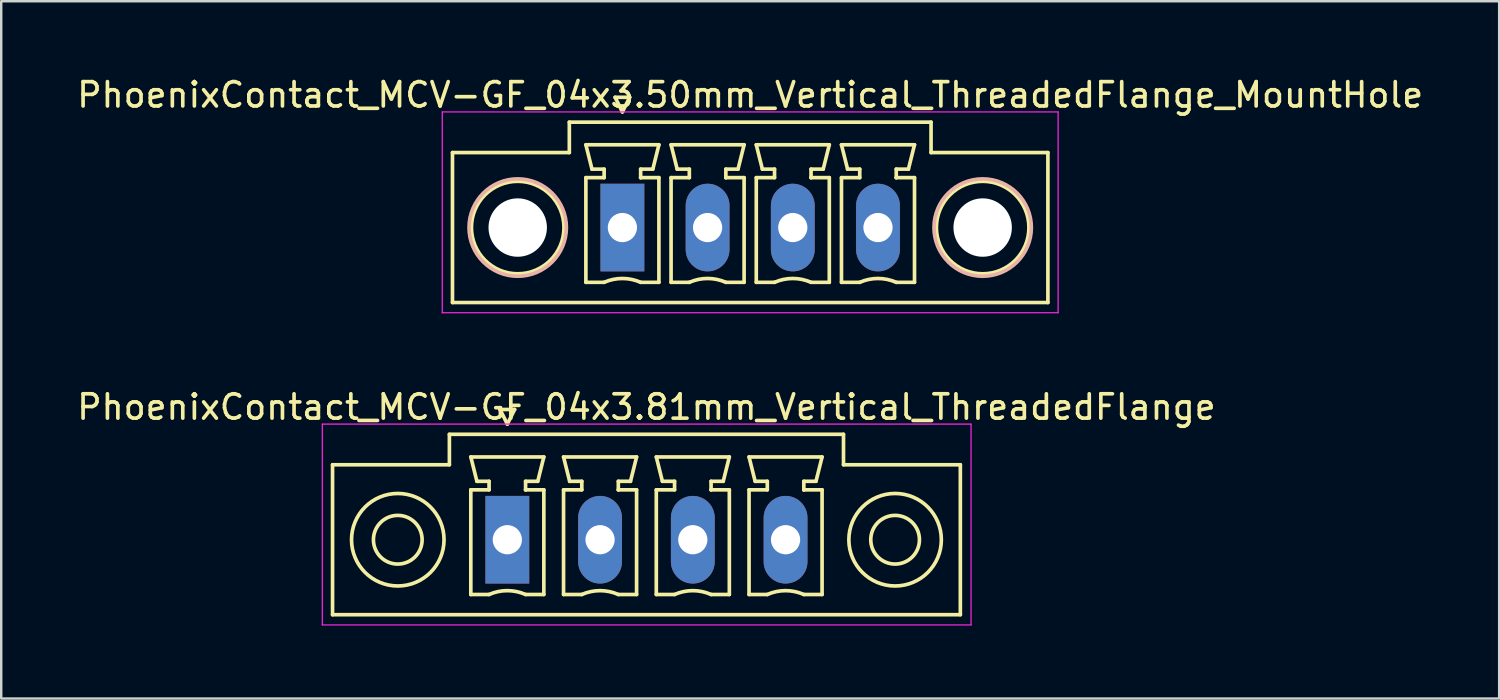
<source format=kicad_pcb>
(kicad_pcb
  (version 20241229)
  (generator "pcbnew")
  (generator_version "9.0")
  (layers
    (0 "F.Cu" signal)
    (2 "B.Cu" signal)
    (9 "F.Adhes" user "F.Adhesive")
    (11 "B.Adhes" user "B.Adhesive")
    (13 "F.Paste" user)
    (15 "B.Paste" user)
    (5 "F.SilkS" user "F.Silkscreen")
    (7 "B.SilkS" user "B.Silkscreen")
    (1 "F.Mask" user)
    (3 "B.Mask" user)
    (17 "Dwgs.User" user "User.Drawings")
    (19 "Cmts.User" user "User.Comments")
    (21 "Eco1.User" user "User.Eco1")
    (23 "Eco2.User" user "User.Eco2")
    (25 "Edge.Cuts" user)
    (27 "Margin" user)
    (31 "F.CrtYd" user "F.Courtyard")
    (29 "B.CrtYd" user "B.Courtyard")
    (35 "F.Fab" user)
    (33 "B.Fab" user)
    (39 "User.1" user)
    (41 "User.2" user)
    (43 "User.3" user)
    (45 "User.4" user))
  (footprint "PhoenixContact_MCV-GF_04x3.50mm_Vertical_ThreadedFlange_MountHole"
    (layer "F.Cu")
    (at 22.518 6.298)
    (property "Reference" "PhoenixContact_MCV-GF_04x3.50mm_Vertical_ThreadedFlange_MountHole" (at 5.25 -5.45 0) (layer "F.SilkS") (effects (font (size 1 1) (thickness 0.15))))
    (attr through_hole)
    (fp_line (start -6.98 -3.08) (end -6.98 3.08) (stroke (width 0.15) (type solid)) (layer "F.SilkS"))
    (fp_line (start -6.98 3.08) (end 17.48 3.08) (stroke (width 0.15) (type solid)) (layer "F.SilkS"))
    (fp_line (start -2.18 -4.33) (end -2.18 -3.08) (stroke (width 0.15) (type solid)) (layer "F.SilkS"))
    (fp_line (start -2.18 -3.08) (end -6.98 -3.08) (stroke (width 0.15) (type solid)) (layer "F.SilkS"))
    (fp_line (start -1.5 -3.4) (end 1.5 -3.4) (stroke (width 0.15) (type solid)) (layer "F.SilkS"))
    (fp_line (start -1.5 -2.05) (end -0.75 -2.05) (stroke (width 0.15) (type solid)) (layer "F.SilkS"))
    (fp_line (start -1.5 2.25) (end -1.5 -2.05) (stroke (width 0.15) (type solid)) (layer "F.SilkS"))
    (fp_line (start -1.25 -2.4) (end -1.5 -3.4) (stroke (width 0.15) (type solid)) (layer "F.SilkS"))
    (fp_line (start -0.75 -2.4) (end -1.25 -2.4) (stroke (width 0.15) (type solid)) (layer "F.SilkS"))
    (fp_line (start -0.75 -2.05) (end -0.75 -2.4) (stroke (width 0.15) (type solid)) (layer "F.SilkS"))
    (fp_line (start -0.75 2.25) (end -1.5 2.25) (stroke (width 0.15) (type solid)) (layer "F.SilkS"))
    (fp_line (start -0.3 -5.35) (end 0 -4.75) (stroke (width 0.15) (type solid)) (layer "F.SilkS"))
    (fp_line (start 0 -4.75) (end 0.3 -5.35) (stroke (width 0.15) (type solid)) (layer "F.SilkS"))
    (fp_line (start 0.3 -5.35) (end -0.3 -5.35) (stroke (width 0.15) (type solid)) (layer "F.SilkS"))
    (fp_line (start 0.75 -2.4) (end 0.75 -2.05) (stroke (width 0.15) (type solid)) (layer "F.SilkS"))
    (fp_line (start 0.75 -2.05) (end 0.75 -2.05) (stroke (width 0.15) (type solid)) (layer "F.SilkS"))
    (fp_line (start 0.75 -2.05) (end 1.5 -2.05) (stroke (width 0.15) (type solid)) (layer "F.SilkS"))
    (fp_line (start 1.25 -2.4) (end 0.75 -2.4) (stroke (width 0.15) (type solid)) (layer "F.SilkS"))
    (fp_line (start 1.5 -3.4) (end 1.25 -2.4) (stroke (width 0.15) (type solid)) (layer "F.SilkS"))
    (fp_line (start 1.5 -2.05) (end 1.5 2.25) (stroke (width 0.15) (type solid)) (layer "F.SilkS"))
    (fp_line (start 1.5 2.25) (end 0.75 2.25) (stroke (width 0.15) (type solid)) (layer "F.SilkS"))
    (fp_line (start 2 -3.4) (end 5 -3.4) (stroke (width 0.15) (type solid)) (layer "F.SilkS"))
    (fp_line (start 2 -2.05) (end 2.75 -2.05) (stroke (width 0.15) (type solid)) (layer "F.SilkS"))
    (fp_line (start 2 2.25) (end 2 -2.05) (stroke (width 0.15) (type solid)) (layer "F.SilkS"))
    (fp_line (start 2.25 -2.4) (end 2 -3.4) (stroke (width 0.15) (type solid)) (layer "F.SilkS"))
    (fp_line (start 2.75 -2.4) (end 2.25 -2.4) (stroke (width 0.15) (type solid)) (layer "F.SilkS"))
    (fp_line (start 2.75 -2.05) (end 2.75 -2.4) (stroke (width 0.15) (type solid)) (layer "F.SilkS"))
    (fp_line (start 2.75 2.25) (end 2 2.25) (stroke (width 0.15) (type solid)) (layer "F.SilkS"))
    (fp_line (start 4.25 -2.4) (end 4.25 -2.05) (stroke (width 0.15) (type solid)) (layer "F.SilkS"))
    (fp_line (start 4.25 -2.05) (end 4.25 -2.05) (stroke (width 0.15) (type solid)) (layer "F.SilkS"))
    (fp_line (start 4.25 -2.05) (end 5 -2.05) (stroke (width 0.15) (type solid)) (layer "F.SilkS"))
    (fp_line (start 4.75 -2.4) (end 4.25 -2.4) (stroke (width 0.15) (type solid)) (layer "F.SilkS"))
    (fp_line (start 5 -3.4) (end 4.75 -2.4) (stroke (width 0.15) (type solid)) (layer "F.SilkS"))
    (fp_line (start 5 -2.05) (end 5 2.25) (stroke (width 0.15) (type solid)) (layer "F.SilkS"))
    (fp_line (start 5 2.25) (end 4.25 2.25) (stroke (width 0.15) (type solid)) (layer "F.SilkS"))
    (fp_line (start 5.5 -3.4) (end 8.5 -3.4) (stroke (width 0.15) (type solid)) (layer "F.SilkS"))
    (fp_line (start 5.5 -2.05) (end 6.25 -2.05) (stroke (width 0.15) (type solid)) (layer "F.SilkS"))
    (fp_line (start 5.5 2.25) (end 5.5 -2.05) (stroke (width 0.15) (type solid)) (layer "F.SilkS"))
    (fp_line (start 5.75 -2.4) (end 5.5 -3.4) (stroke (width 0.15) (type solid)) (layer "F.SilkS"))
    (fp_line (start 6.25 -2.4) (end 5.75 -2.4) (stroke (width 0.15) (type solid)) (layer "F.SilkS"))
    (fp_line (start 6.25 -2.05) (end 6.25 -2.4) (stroke (width 0.15) (type solid)) (layer "F.SilkS"))
    (fp_line (start 6.25 2.25) (end 5.5 2.25) (stroke (width 0.15) (type solid)) (layer "F.SilkS"))
    (fp_line (start 7.75 -2.4) (end 7.75 -2.05) (stroke (width 0.15) (type solid)) (layer "F.SilkS"))
    (fp_line (start 7.75 -2.05) (end 7.75 -2.05) (stroke (width 0.15) (type solid)) (layer "F.SilkS"))
    (fp_line (start 7.75 -2.05) (end 8.5 -2.05) (stroke (width 0.15) (type solid)) (layer "F.SilkS"))
    (fp_line (start 8.25 -2.4) (end 7.75 -2.4) (stroke (width 0.15) (type solid)) (layer "F.SilkS"))
    (fp_line (start 8.5 -3.4) (end 8.25 -2.4) (stroke (width 0.15) (type solid)) (layer "F.SilkS"))
    (fp_line (start 8.5 -2.05) (end 8.5 2.25) (stroke (width 0.15) (type solid)) (layer "F.SilkS"))
    (fp_line (start 8.5 2.25) (end 7.75 2.25) (stroke (width 0.15) (type solid)) (layer "F.SilkS"))
    (fp_line (start 9 -3.4) (end 12 -3.4) (stroke (width 0.15) (type solid)) (layer "F.SilkS"))
    (fp_line (start 9 -2.05) (end 9.75 -2.05) (stroke (width 0.15) (type solid)) (layer "F.SilkS"))
    (fp_line (start 9 2.25) (end 9 -2.05) (stroke (width 0.15) (type solid)) (layer "F.SilkS"))
    (fp_line (start 9.25 -2.4) (end 9 -3.4) (stroke (width 0.15) (type solid)) (layer "F.SilkS"))
    (fp_line (start 9.75 -2.4) (end 9.25 -2.4) (stroke (width 0.15) (type solid)) (layer "F.SilkS"))
    (fp_line (start 9.75 -2.05) (end 9.75 -2.4) (stroke (width 0.15) (type solid)) (layer "F.SilkS"))
    (fp_line (start 9.75 2.25) (end 9 2.25) (stroke (width 0.15) (type solid)) (layer "F.SilkS"))
    (fp_line (start 11.25 -2.4) (end 11.25 -2.05) (stroke (width 0.15) (type solid)) (layer "F.SilkS"))
    (fp_line (start 11.25 -2.05) (end 11.25 -2.05) (stroke (width 0.15) (type solid)) (layer "F.SilkS"))
    (fp_line (start 11.25 -2.05) (end 12 -2.05) (stroke (width 0.15) (type solid)) (layer "F.SilkS"))
    (fp_line (start 11.75 -2.4) (end 11.25 -2.4) (stroke (width 0.15) (type solid)) (layer "F.SilkS"))
    (fp_line (start 12 -3.4) (end 11.75 -2.4) (stroke (width 0.15) (type solid)) (layer "F.SilkS"))
    (fp_line (start 12 -2.05) (end 12 2.25) (stroke (width 0.15) (type solid)) (layer "F.SilkS"))
    (fp_line (start 12 2.25) (end 11.25 2.25) (stroke (width 0.15) (type solid)) (layer "F.SilkS"))
    (fp_line (start 12.68 -4.33) (end -2.18 -4.33) (stroke (width 0.15) (type solid)) (layer "F.SilkS"))
    (fp_line (start 12.68 -3.08) (end 12.68 -4.33) (stroke (width 0.15) (type solid)) (layer "F.SilkS"))
    (fp_line (start 17.48 -3.08) (end 12.68 -3.08) (stroke (width 0.15) (type solid)) (layer "F.SilkS"))
    (fp_line (start 17.48 3.08) (end 17.48 -3.08) (stroke (width 0.15) (type solid)) (layer "F.SilkS"))
    (fp_arc (start -0.75 2.25) (mid -0.000193 2.09191) (end 0.749647 2.249844) (stroke (width 0.15) (type solid)) (layer "F.SilkS"))
    (fp_arc (start 2.75 2.25) (mid 3.499807 2.09191) (end 4.249647 2.249844) (stroke (width 0.15) (type solid)) (layer "F.SilkS"))
    (fp_arc (start 6.25 2.25) (mid 6.999807 2.09191) (end 7.749647 2.249844) (stroke (width 0.15) (type solid)) (layer "F.SilkS"))
    (fp_arc (start 9.75 2.25) (mid 10.499807 2.09191) (end 11.249647 2.249844) (stroke (width 0.15) (type solid)) (layer "F.SilkS"))
    (fp_circle (center -4.3 0) (end -2.4 0) (stroke (width 0.15) (type solid)) (fill no) (layer "F.SilkS"))
    (fp_circle (center 14.8 0) (end 16.7 0) (stroke (width 0.15) (type solid)) (fill no) (layer "F.SilkS"))
    (fp_circle (center -4.3 0) (end -2.3 0) (stroke (width 0.15) (type solid)) (fill no) (layer "B.SilkS"))
    (fp_circle (center 14.8 0) (end 16.8 0) (stroke (width 0.15) (type solid)) (fill no) (layer "B.SilkS"))
    (fp_line (start -7.4 -4.75) (end -7.4 3.5) (stroke (width 0.05) (type solid)) (layer "F.CrtYd"))
    (fp_line (start -7.4 3.5) (end 17.9 3.5) (stroke (width 0.05) (type solid)) (layer "F.CrtYd"))
    (fp_line (start 17.9 -4.75) (end -7.4 -4.75) (stroke (width 0.05) (type solid)) (layer "F.CrtYd"))
    (fp_line (start 17.9 3.5) (end 17.9 -4.75) (stroke (width 0.05) (type solid)) (layer "F.CrtYd"))
    (pad "" np_thru_hole circle (at -4.3 0) (size 2.4 2.4) (drill 2.4) (layers "*.Cu" "*.Mask"))
    (pad "" np_thru_hole circle (at 14.8 0) (size 2.4 2.4) (drill 2.4) (layers "*.Cu" "*.Mask"))
    (pad "1" thru_hole rect (at 0 0) (size 1.8 3.6) (drill 1.2) (layers "*.Cu" "*.Mask"))
    (pad "2" thru_hole oval (at 3.5 0) (size 1.8 3.6) (drill 1.2) (layers "*.Cu" "*.Mask"))
    (pad "3" thru_hole oval (at 7 0) (size 1.8 3.6) (drill 1.2) (layers "*.Cu" "*.Mask"))
    (pad "4" thru_hole oval (at 10.5 0) (size 1.8 3.6) (drill 1.2) (layers "*.Cu" "*.Mask")))
  (footprint "PhoenixContact_MCV-GF_04x3.81mm_Vertical_ThreadedFlange"
    (layer "F.Cu")
    (at 17.791 19.122)
    (property "Reference" "PhoenixContact_MCV-GF_04x3.81mm_Vertical_ThreadedFlange" (at 5.715 -5.45 0) (layer "F.SilkS") (effects (font (size 1 1) (thickness 0.15))))
    (attr through_hole)
    (fp_line (start -7.18 -3.08) (end -7.18 3.08) (stroke (width 0.15) (type solid)) (layer "F.SilkS"))
    (fp_line (start -7.18 3.08) (end 18.61 3.08) (stroke (width 0.15) (type solid)) (layer "F.SilkS"))
    (fp_line (start -2.38 -4.33) (end -2.38 -3.08) (stroke (width 0.15) (type solid)) (layer "F.SilkS"))
    (fp_line (start -2.38 -3.08) (end -7.18 -3.08) (stroke (width 0.15) (type solid)) (layer "F.SilkS"))
    (fp_line (start -1.5 -3.4) (end 1.5 -3.4) (stroke (width 0.15) (type solid)) (layer "F.SilkS"))
    (fp_line (start -1.5 -2.05) (end -0.75 -2.05) (stroke (width 0.15) (type solid)) (layer "F.SilkS"))
    (fp_line (start -1.5 2.25) (end -1.5 -2.05) (stroke (width 0.15) (type solid)) (layer "F.SilkS"))
    (fp_line (start -1.25 -2.4) (end -1.5 -3.4) (stroke (width 0.15) (type solid)) (layer "F.SilkS"))
    (fp_line (start -0.75 -2.4) (end -1.25 -2.4) (stroke (width 0.15) (type solid)) (layer "F.SilkS"))
    (fp_line (start -0.75 -2.05) (end -0.75 -2.4) (stroke (width 0.15) (type solid)) (layer "F.SilkS"))
    (fp_line (start -0.75 2.25) (end -1.5 2.25) (stroke (width 0.15) (type solid)) (layer "F.SilkS"))
    (fp_line (start -0.3 -5.35) (end 0 -4.75) (stroke (width 0.15) (type solid)) (layer "F.SilkS"))
    (fp_line (start 0 -4.75) (end 0.3 -5.35) (stroke (width 0.15) (type solid)) (layer "F.SilkS"))
    (fp_line (start 0.3 -5.35) (end -0.3 -5.35) (stroke (width 0.15) (type solid)) (layer "F.SilkS"))
    (fp_line (start 0.75 -2.4) (end 0.75 -2.05) (stroke (width 0.15) (type solid)) (layer "F.SilkS"))
    (fp_line (start 0.75 -2.05) (end 0.75 -2.05) (stroke (width 0.15) (type solid)) (layer "F.SilkS"))
    (fp_line (start 0.75 -2.05) (end 1.5 -2.05) (stroke (width 0.15) (type solid)) (layer "F.SilkS"))
    (fp_line (start 1.25 -2.4) (end 0.75 -2.4) (stroke (width 0.15) (type solid)) (layer "F.SilkS"))
    (fp_line (start 1.5 -3.4) (end 1.25 -2.4) (stroke (width 0.15) (type solid)) (layer "F.SilkS"))
    (fp_line (start 1.5 -2.05) (end 1.5 2.25) (stroke (width 0.15) (type solid)) (layer "F.SilkS"))
    (fp_line (start 1.5 2.25) (end 0.75 2.25) (stroke (width 0.15) (type solid)) (layer "F.SilkS"))
    (fp_line (start 2.31 -3.4) (end 5.31 -3.4) (stroke (width 0.15) (type solid)) (layer "F.SilkS"))
    (fp_line (start 2.31 -2.05) (end 3.06 -2.05) (stroke (width 0.15) (type solid)) (layer "F.SilkS"))
    (fp_line (start 2.31 2.25) (end 2.31 -2.05) (stroke (width 0.15) (type solid)) (layer "F.SilkS"))
    (fp_line (start 2.56 -2.4) (end 2.31 -3.4) (stroke (width 0.15) (type solid)) (layer "F.SilkS"))
    (fp_line (start 3.06 -2.4) (end 2.56 -2.4) (stroke (width 0.15) (type solid)) (layer "F.SilkS"))
    (fp_line (start 3.06 -2.05) (end 3.06 -2.4) (stroke (width 0.15) (type solid)) (layer "F.SilkS"))
    (fp_line (start 3.06 2.25) (end 2.31 2.25) (stroke (width 0.15) (type solid)) (layer "F.SilkS"))
    (fp_line (start 4.56 -2.4) (end 4.56 -2.05) (stroke (width 0.15) (type solid)) (layer "F.SilkS"))
    (fp_line (start 4.56 -2.05) (end 4.56 -2.05) (stroke (width 0.15) (type solid)) (layer "F.SilkS"))
    (fp_line (start 4.56 -2.05) (end 5.31 -2.05) (stroke (width 0.15) (type solid)) (layer "F.SilkS"))
    (fp_line (start 5.06 -2.4) (end 4.56 -2.4) (stroke (width 0.15) (type solid)) (layer "F.SilkS"))
    (fp_line (start 5.31 -3.4) (end 5.06 -2.4) (stroke (width 0.15) (type solid)) (layer "F.SilkS"))
    (fp_line (start 5.31 -2.05) (end 5.31 2.25) (stroke (width 0.15) (type solid)) (layer "F.SilkS"))
    (fp_line (start 5.31 2.25) (end 4.56 2.25) (stroke (width 0.15) (type solid)) (layer "F.SilkS"))
    (fp_line (start 6.12 -3.4) (end 9.12 -3.4) (stroke (width 0.15) (type solid)) (layer "F.SilkS"))
    (fp_line (start 6.12 -2.05) (end 6.87 -2.05) (stroke (width 0.15) (type solid)) (layer "F.SilkS"))
    (fp_line (start 6.12 2.25) (end 6.12 -2.05) (stroke (width 0.15) (type solid)) (layer "F.SilkS"))
    (fp_line (start 6.37 -2.4) (end 6.12 -3.4) (stroke (width 0.15) (type solid)) (layer "F.SilkS"))
    (fp_line (start 6.87 -2.4) (end 6.37 -2.4) (stroke (width 0.15) (type solid)) (layer "F.SilkS"))
    (fp_line (start 6.87 -2.05) (end 6.87 -2.4) (stroke (width 0.15) (type solid)) (layer "F.SilkS"))
    (fp_line (start 6.87 2.25) (end 6.12 2.25) (stroke (width 0.15) (type solid)) (layer "F.SilkS"))
    (fp_line (start 8.37 -2.4) (end 8.37 -2.05) (stroke (width 0.15) (type solid)) (layer "F.SilkS"))
    (fp_line (start 8.37 -2.05) (end 8.37 -2.05) (stroke (width 0.15) (type solid)) (layer "F.SilkS"))
    (fp_line (start 8.37 -2.05) (end 9.12 -2.05) (stroke (width 0.15) (type solid)) (layer "F.SilkS"))
    (fp_line (start 8.87 -2.4) (end 8.37 -2.4) (stroke (width 0.15) (type solid)) (layer "F.SilkS"))
    (fp_line (start 9.12 -3.4) (end 8.87 -2.4) (stroke (width 0.15) (type solid)) (layer "F.SilkS"))
    (fp_line (start 9.12 -2.05) (end 9.12 2.25) (stroke (width 0.15) (type solid)) (layer "F.SilkS"))
    (fp_line (start 9.12 2.25) (end 8.37 2.25) (stroke (width 0.15) (type solid)) (layer "F.SilkS"))
    (fp_line (start 9.93 -3.4) (end 12.93 -3.4) (stroke (width 0.15) (type solid)) (layer "F.SilkS"))
    (fp_line (start 9.93 -2.05) (end 10.68 -2.05) (stroke (width 0.15) (type solid)) (layer "F.SilkS"))
    (fp_line (start 9.93 2.25) (end 9.93 -2.05) (stroke (width 0.15) (type solid)) (layer "F.SilkS"))
    (fp_line (start 10.18 -2.4) (end 9.93 -3.4) (stroke (width 0.15) (type solid)) (layer "F.SilkS"))
    (fp_line (start 10.68 -2.4) (end 10.18 -2.4) (stroke (width 0.15) (type solid)) (layer "F.SilkS"))
    (fp_line (start 10.68 -2.05) (end 10.68 -2.4) (stroke (width 0.15) (type solid)) (layer "F.SilkS"))
    (fp_line (start 10.68 2.25) (end 9.93 2.25) (stroke (width 0.15) (type solid)) (layer "F.SilkS"))
    (fp_line (start 12.18 -2.4) (end 12.18 -2.05) (stroke (width 0.15) (type solid)) (layer "F.SilkS"))
    (fp_line (start 12.18 -2.05) (end 12.18 -2.05) (stroke (width 0.15) (type solid)) (layer "F.SilkS"))
    (fp_line (start 12.18 -2.05) (end 12.93 -2.05) (stroke (width 0.15) (type solid)) (layer "F.SilkS"))
    (fp_line (start 12.68 -2.4) (end 12.18 -2.4) (stroke (width 0.15) (type solid)) (layer "F.SilkS"))
    (fp_line (start 12.93 -3.4) (end 12.68 -2.4) (stroke (width 0.15) (type solid)) (layer "F.SilkS"))
    (fp_line (start 12.93 -2.05) (end 12.93 2.25) (stroke (width 0.15) (type solid)) (layer "F.SilkS"))
    (fp_line (start 12.93 2.25) (end 12.18 2.25) (stroke (width 0.15) (type solid)) (layer "F.SilkS"))
    (fp_line (start 13.81 -4.33) (end -2.38 -4.33) (stroke (width 0.15) (type solid)) (layer "F.SilkS"))
    (fp_line (start 13.81 -3.08) (end 13.81 -4.33) (stroke (width 0.15) (type solid)) (layer "F.SilkS"))
    (fp_line (start 18.61 -3.08) (end 13.81 -3.08) (stroke (width 0.15) (type solid)) (layer "F.SilkS"))
    (fp_line (start 18.61 3.08) (end 18.61 -3.08) (stroke (width 0.15) (type solid)) (layer "F.SilkS"))
    (fp_arc (start -0.75 2.25) (mid -0.000193 2.09191) (end 0.749647 2.249844) (stroke (width 0.15) (type solid)) (layer "F.SilkS"))
    (fp_arc (start 3.06 2.25) (mid 3.809807 2.09191) (end 4.559647 2.249844) (stroke (width 0.15) (type solid)) (layer "F.SilkS"))
    (fp_arc (start 6.87 2.25) (mid 7.619807 2.09191) (end 8.369647 2.249844) (stroke (width 0.15) (type solid)) (layer "F.SilkS"))
    (fp_arc (start 10.68 2.25) (mid 11.429807 2.09191) (end 12.179647 2.249844) (stroke (width 0.15) (type solid)) (layer "F.SilkS"))
    (fp_circle (center -4.5 0) (end -3.5 0) (stroke (width 0.15) (type solid)) (fill no) (layer "F.SilkS"))
    (fp_circle (center -4.5 0) (end -2.6 0) (stroke (width 0.15) (type solid)) (fill no) (layer "F.SilkS"))
    (fp_circle (center 15.93 0) (end 16.93 0) (stroke (width 0.15) (type solid)) (fill no) (layer "F.SilkS"))
    (fp_circle (center 15.93 0) (end 17.83 0) (stroke (width 0.15) (type solid)) (fill no) (layer "F.SilkS"))
    (fp_line (start -7.6 -4.75) (end -7.6 3.5) (stroke (width 0.05) (type solid)) (layer "F.CrtYd"))
    (fp_line (start -7.6 3.5) (end 19.05 3.5) (stroke (width 0.05) (type solid)) (layer "F.CrtYd"))
    (fp_line (start 19.05 -4.75) (end -7.6 -4.75) (stroke (width 0.05) (type solid)) (layer "F.CrtYd"))
    (fp_line (start 19.05 3.5) (end 19.05 -4.75) (stroke (width 0.05) (type solid)) (layer "F.CrtYd"))
    (pad "1" thru_hole rect (at 0 0) (size 1.8 3.6) (drill 1.2) (layers "*.Cu" "*.Mask"))
    (pad "2" thru_hole oval (at 3.81 0) (size 1.8 3.6) (drill 1.2) (layers "*.Cu" "*.Mask"))
    (pad "3" thru_hole oval (at 7.62 0) (size 1.8 3.6) (drill 1.2) (layers "*.Cu" "*.Mask"))
    (pad "4" thru_hole oval (at 11.43 0) (size 1.8 3.6) (drill 1.2) (layers "*.Cu" "*.Mask")))
  (gr_rect
    (start -3 -3)
    (end 58.536 25.646)
    (stroke (width 0.1) (type default))
    (fill no)
    (layer "Edge.Cuts")))
</source>
